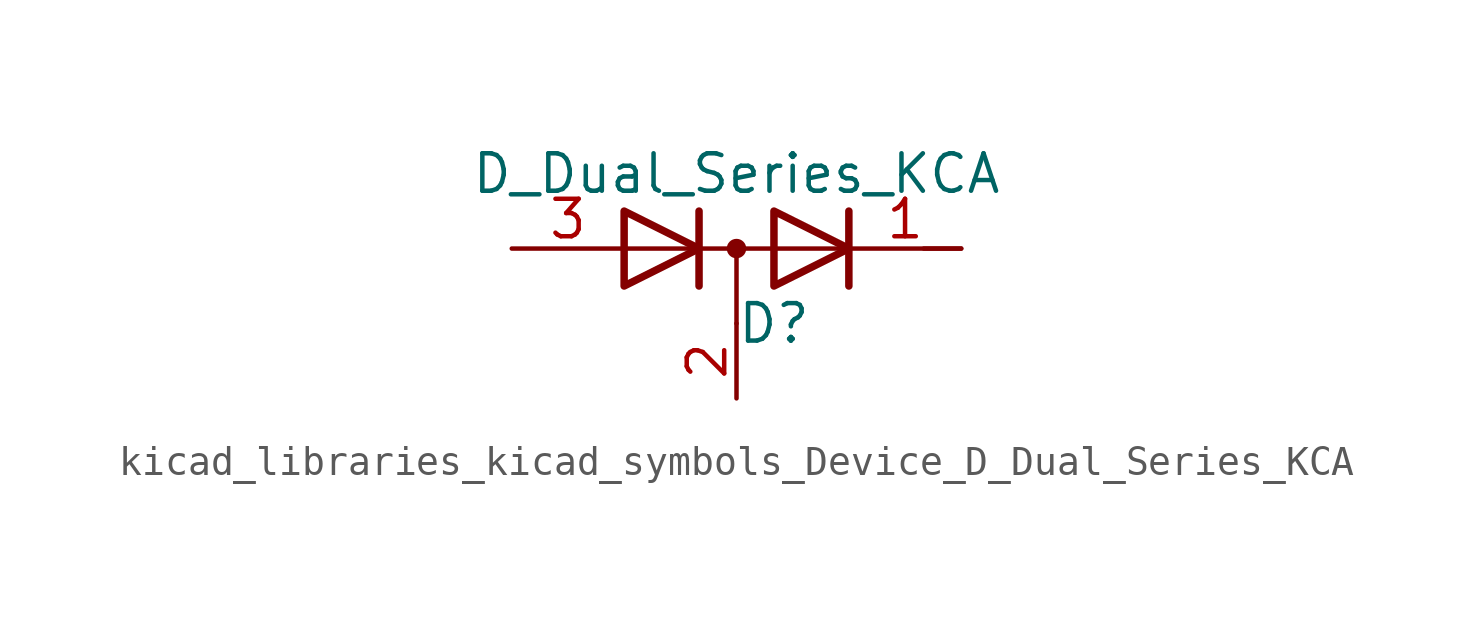
<source format=kicad_sym>
(kicad_symbol_lib
  (version 20220914)
  (generator kicad_symbol_editor)
  (symbol "kicad_libraries_kicad_symbols_Device_D_Dual_Series_KCA"
    (pin_names
      (offset 0.762) hide)
    (property "Reference" "D"
      (at 1.27 -2.54 0)
      (effects (font (size 1.27 1.27))))
    (property "Value" "D_Dual_Series_KCA"
      (at 0 2.54 0)
      (effects (font (size 1.27 1.27))))
    (symbol "kicad_libraries_kicad_symbols_Device_D_Dual_Series_KCA_0_1"
      (polyline (pts (xy 0 0) (xy 0 -2.54)) (stroke (width 0) (type default)) (fill (type none)))
      (polyline (pts (xy 3.81 0) (xy -3.81 0)) (stroke (width 0) (type default)) (fill (type none)))
      (polyline (pts (xy 6.35 0) (xy 7.62 0)) (stroke (width 0) (type default)) (fill (type none)))
      (polyline (pts (xy -1.27 -1.27) (xy -1.27 1.27) (xy -1.27 1.27)) (stroke (width 0.254) (type default)) (fill (type none)))
      (polyline (pts (xy 3.81 1.27) (xy 3.81 -1.27) (xy 3.81 -1.27)) (stroke (width 0.254) (type default)) (fill (type none)))
      (polyline (pts (xy -3.81 1.27) (xy -1.27 0) (xy -3.81 -1.27) (xy -3.81 1.27) (xy -3.81 1.27) (xy -3.81 1.27)) (stroke (width 0.254) (type default)) (fill (type none)))
      (polyline (pts (xy 1.27 1.27) (xy 3.81 0) (xy 1.27 -1.27) (xy 1.27 1.27) (xy 1.27 1.27) (xy 1.27 1.27)) (stroke (width 0.254) (type default)) (fill (type none)))
      (circle (center 0 0) (radius 0.254) (stroke (width 0) (type default)) (fill (type outline)))
      (pin passive line (at 7.62 0 180) (length 3.81) (name "K" (effects (font (size 1.27 1.27)))) (number "1" (effects (font (size 1.27 1.27)))))
      (pin passive line (at 0 -5.08 90) (length 2.54) (name "common" (effects (font (size 1.27 1.27)))) (number "2" (effects (font (size 1.27 1.27)))))
      (pin passive line (at -7.62 0 0) (length 3.81) (name "A" (effects (font (size 1.27 1.27)))) (number "3" (effects (font (size 1.27 1.27))))))))
</source>
